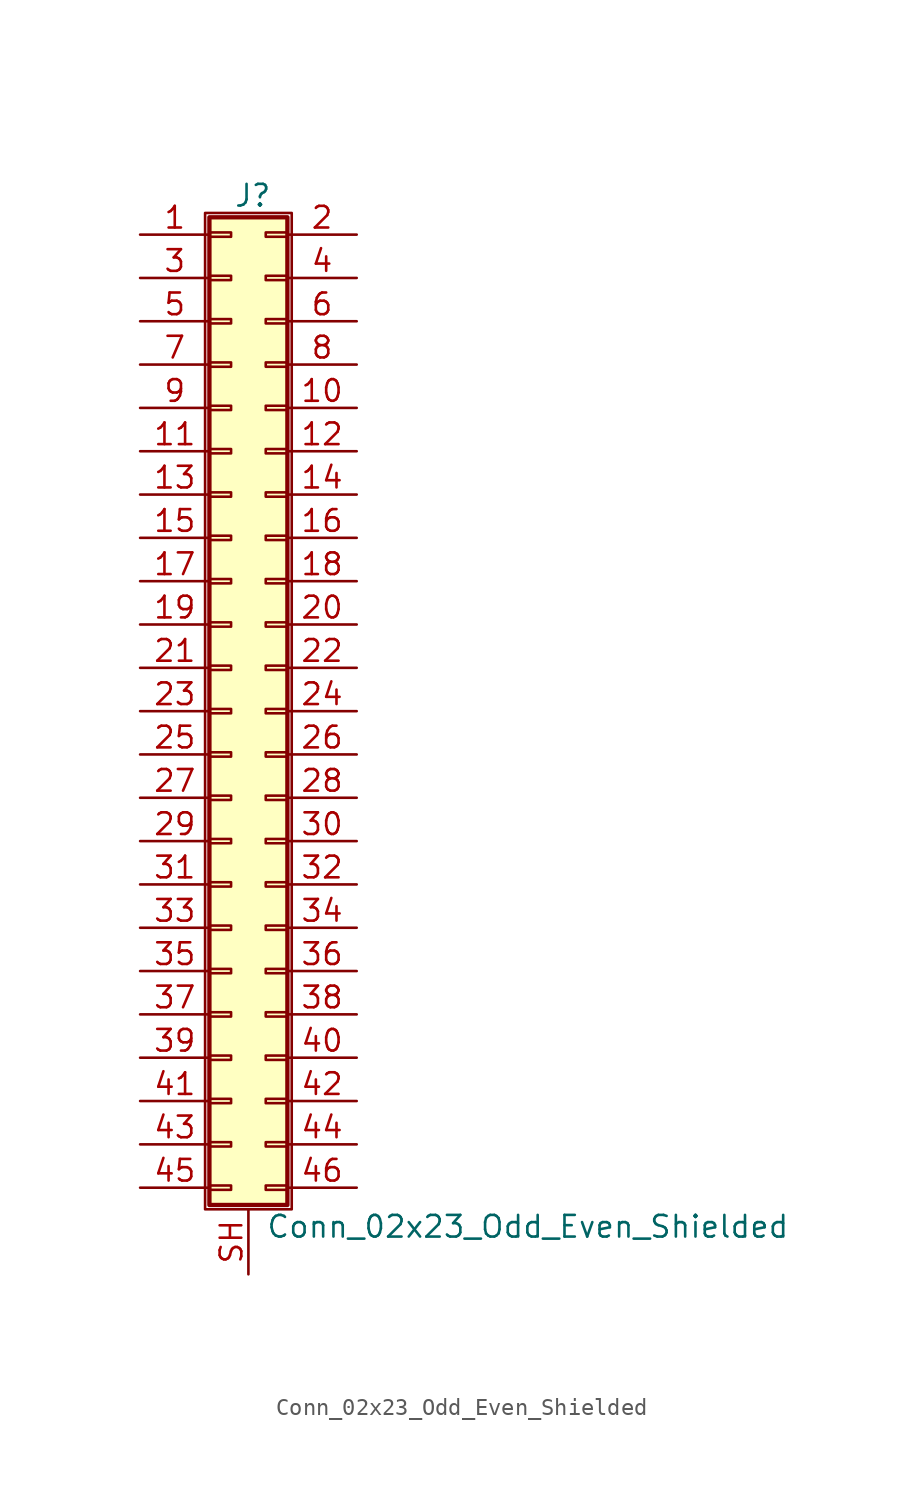
<source format=kicad_sym>
(kicad_symbol_lib
  (version 20211014)
  (generator kicad_symbol_editor)
  (symbol "Conn_02x23_Odd_Even_Shielded"
    (pin_names
      (offset 1.016) hide)
    (property "Reference" "J"
      (at 1.524 30.226 0)
      (effects (font (size 1.27 1.27))))
    (property "Value" "Conn_02x23_Odd_Even_Shielded"
      (at 2.286 -30.226 0)
      (effects (font (size 1.27 1.27)) (justify left)))
    (symbol "Conn_02x23_Odd_Even_Shielded_1_1"
      (rectangle (start -1.27 29.21) (end 3.81 -29.21) (stroke (width 0.152) (type default) (color 0 0 0 0)) (fill (type none)))
      (rectangle (start -1.016 -27.813) (end 0.254 -28.067) (stroke (width 0.152) (type default) (color 0 0 0 0)) (fill (type none)))
      (rectangle (start -1.016 -25.273) (end 0.254 -25.527) (stroke (width 0.152) (type default) (color 0 0 0 0)) (fill (type none)))
      (rectangle (start -1.016 -22.733) (end 0.254 -22.987) (stroke (width 0.152) (type default) (color 0 0 0 0)) (fill (type none)))
      (rectangle (start -1.016 -20.193) (end 0.254 -20.447) (stroke (width 0.152) (type default) (color 0 0 0 0)) (fill (type none)))
      (rectangle (start -1.016 -17.653) (end 0.254 -17.907) (stroke (width 0.152) (type default) (color 0 0 0 0)) (fill (type none)))
      (rectangle (start -1.016 -15.113) (end 0.254 -15.367) (stroke (width 0.152) (type default) (color 0 0 0 0)) (fill (type none)))
      (rectangle (start -1.016 -12.573) (end 0.254 -12.827) (stroke (width 0.152) (type default) (color 0 0 0 0)) (fill (type none)))
      (rectangle (start -1.016 -10.033) (end 0.254 -10.287) (stroke (width 0.152) (type default) (color 0 0 0 0)) (fill (type none)))
      (rectangle (start -1.016 -7.493) (end 0.254 -7.747) (stroke (width 0.152) (type default) (color 0 0 0 0)) (fill (type none)))
      (rectangle (start -1.016 -4.953) (end 0.254 -5.207) (stroke (width 0.152) (type default) (color 0 0 0 0)) (fill (type none)))
      (rectangle (start -1.016 -2.413) (end 0.254 -2.667) (stroke (width 0.152) (type default) (color 0 0 0 0)) (fill (type none)))
      (rectangle (start -1.016 0.127) (end 0.254 -0.127) (stroke (width 0.152) (type default) (color 0 0 0 0)) (fill (type none)))
      (rectangle (start -1.016 2.667) (end 0.254 2.413) (stroke (width 0.152) (type default) (color 0 0 0 0)) (fill (type none)))
      (rectangle (start -1.016 5.207) (end 0.254 4.953) (stroke (width 0.152) (type default) (color 0 0 0 0)) (fill (type none)))
      (rectangle (start -1.016 7.747) (end 0.254 7.493) (stroke (width 0.152) (type default) (color 0 0 0 0)) (fill (type none)))
      (rectangle (start -1.016 10.287) (end 0.254 10.033) (stroke (width 0.152) (type default) (color 0 0 0 0)) (fill (type none)))
      (rectangle (start -1.016 12.827) (end 0.254 12.573) (stroke (width 0.152) (type default) (color 0 0 0 0)) (fill (type none)))
      (rectangle (start -1.016 15.367) (end 0.254 15.113) (stroke (width 0.152) (type default) (color 0 0 0 0)) (fill (type none)))
      (rectangle (start -1.016 17.907) (end 0.254 17.653) (stroke (width 0.152) (type default) (color 0 0 0 0)) (fill (type none)))
      (rectangle (start -1.016 20.447) (end 0.254 20.193) (stroke (width 0.152) (type default) (color 0 0 0 0)) (fill (type none)))
      (rectangle (start -1.016 22.987) (end 0.254 22.733) (stroke (width 0.152) (type default) (color 0 0 0 0)) (fill (type none)))
      (rectangle (start -1.016 25.527) (end 0.254 25.273) (stroke (width 0.152) (type default) (color 0 0 0 0)) (fill (type none)))
      (rectangle (start -1.016 28.067) (end 0.254 27.813) (stroke (width 0.152) (type default) (color 0 0 0 0)) (fill (type none)))
      (rectangle (start -1.016 28.956) (end 3.556 -28.956) (stroke (width 0.254) (type default) (color 0 0 0 0)) (fill (type background)))
      (rectangle (start 3.556 -27.813) (end 2.286 -28.067) (stroke (width 0.152) (type default) (color 0 0 0 0)) (fill (type none)))
      (rectangle (start 3.556 -25.273) (end 2.286 -25.527) (stroke (width 0.152) (type default) (color 0 0 0 0)) (fill (type none)))
      (rectangle (start 3.556 -22.733) (end 2.286 -22.987) (stroke (width 0.152) (type default) (color 0 0 0 0)) (fill (type none)))
      (rectangle (start 3.556 -20.193) (end 2.286 -20.447) (stroke (width 0.152) (type default) (color 0 0 0 0)) (fill (type none)))
      (rectangle (start 3.556 -17.653) (end 2.286 -17.907) (stroke (width 0.152) (type default) (color 0 0 0 0)) (fill (type none)))
      (rectangle (start 3.556 -15.113) (end 2.286 -15.367) (stroke (width 0.152) (type default) (color 0 0 0 0)) (fill (type none)))
      (rectangle (start 3.556 -12.573) (end 2.286 -12.827) (stroke (width 0.152) (type default) (color 0 0 0 0)) (fill (type none)))
      (rectangle (start 3.556 -10.033) (end 2.286 -10.287) (stroke (width 0.152) (type default) (color 0 0 0 0)) (fill (type none)))
      (rectangle (start 3.556 -7.493) (end 2.286 -7.747) (stroke (width 0.152) (type default) (color 0 0 0 0)) (fill (type none)))
      (rectangle (start 3.556 -4.953) (end 2.286 -5.207) (stroke (width 0.152) (type default) (color 0 0 0 0)) (fill (type none)))
      (rectangle (start 3.556 -2.413) (end 2.286 -2.667) (stroke (width 0.152) (type default) (color 0 0 0 0)) (fill (type none)))
      (rectangle (start 3.556 0.127) (end 2.286 -0.127) (stroke (width 0.152) (type default) (color 0 0 0 0)) (fill (type none)))
      (rectangle (start 3.556 2.667) (end 2.286 2.413) (stroke (width 0.152) (type default) (color 0 0 0 0)) (fill (type none)))
      (rectangle (start 3.556 5.207) (end 2.286 4.953) (stroke (width 0.152) (type default) (color 0 0 0 0)) (fill (type none)))
      (rectangle (start 3.556 7.747) (end 2.286 7.493) (stroke (width 0.152) (type default) (color 0 0 0 0)) (fill (type none)))
      (rectangle (start 3.556 10.287) (end 2.286 10.033) (stroke (width 0.152) (type default) (color 0 0 0 0)) (fill (type none)))
      (rectangle (start 3.556 12.827) (end 2.286 12.573) (stroke (width 0.152) (type default) (color 0 0 0 0)) (fill (type none)))
      (rectangle (start 3.556 15.367) (end 2.286 15.113) (stroke (width 0.152) (type default) (color 0 0 0 0)) (fill (type none)))
      (rectangle (start 3.556 17.907) (end 2.286 17.653) (stroke (width 0.152) (type default) (color 0 0 0 0)) (fill (type none)))
      (rectangle (start 3.556 20.447) (end 2.286 20.193) (stroke (width 0.152) (type default) (color 0 0 0 0)) (fill (type none)))
      (rectangle (start 3.556 22.987) (end 2.286 22.733) (stroke (width 0.152) (type default) (color 0 0 0 0)) (fill (type none)))
      (rectangle (start 3.556 25.527) (end 2.286 25.273) (stroke (width 0.152) (type default) (color 0 0 0 0)) (fill (type none)))
      (rectangle (start 3.556 28.067) (end 2.286 27.813) (stroke (width 0.152) (type default) (color 0 0 0 0)) (fill (type none)))
      (pin passive line (at -5.08 27.94 0) (length 4.064) (name "Pin_1" (effects (font (size 1.27 1.27)))) (number "1" (effects (font (size 1.27 1.27)))))
      (pin passive line (at 7.62 17.78 180) (length 4.064) (name "Pin_10" (effects (font (size 1.27 1.27)))) (number "10" (effects (font (size 1.27 1.27)))))
      (pin passive line (at -5.08 15.24 0) (length 4.064) (name "Pin_11" (effects (font (size 1.27 1.27)))) (number "11" (effects (font (size 1.27 1.27)))))
      (pin passive line (at 7.62 15.24 180) (length 4.064) (name "Pin_12" (effects (font (size 1.27 1.27)))) (number "12" (effects (font (size 1.27 1.27)))))
      (pin passive line (at -5.08 12.7 0) (length 4.064) (name "Pin_13" (effects (font (size 1.27 1.27)))) (number "13" (effects (font (size 1.27 1.27)))))
      (pin passive line (at 7.62 12.7 180) (length 4.064) (name "Pin_14" (effects (font (size 1.27 1.27)))) (number "14" (effects (font (size 1.27 1.27)))))
      (pin passive line (at -5.08 10.16 0) (length 4.064) (name "Pin_15" (effects (font (size 1.27 1.27)))) (number "15" (effects (font (size 1.27 1.27)))))
      (pin passive line (at 7.62 10.16 180) (length 4.064) (name "Pin_16" (effects (font (size 1.27 1.27)))) (number "16" (effects (font (size 1.27 1.27)))))
      (pin passive line (at -5.08 7.62 0) (length 4.064) (name "Pin_17" (effects (font (size 1.27 1.27)))) (number "17" (effects (font (size 1.27 1.27)))))
      (pin passive line (at 7.62 7.62 180) (length 4.064) (name "Pin_18" (effects (font (size 1.27 1.27)))) (number "18" (effects (font (size 1.27 1.27)))))
      (pin passive line (at -5.08 5.08 0) (length 4.064) (name "Pin_19" (effects (font (size 1.27 1.27)))) (number "19" (effects (font (size 1.27 1.27)))))
      (pin passive line (at 7.62 27.94 180) (length 4.064) (name "Pin_2" (effects (font (size 1.27 1.27)))) (number "2" (effects (font (size 1.27 1.27)))))
      (pin passive line (at 7.62 5.08 180) (length 4.064) (name "Pin_20" (effects (font (size 1.27 1.27)))) (number "20" (effects (font (size 1.27 1.27)))))
      (pin passive line (at -5.08 2.54 0) (length 4.064) (name "Pin_21" (effects (font (size 1.27 1.27)))) (number "21" (effects (font (size 1.27 1.27)))))
      (pin passive line (at 7.62 2.54 180) (length 4.064) (name "Pin_22" (effects (font (size 1.27 1.27)))) (number "22" (effects (font (size 1.27 1.27)))))
      (pin passive line (at -5.08 0 0) (length 4.064) (name "Pin_23" (effects (font (size 1.27 1.27)))) (number "23" (effects (font (size 1.27 1.27)))))
      (pin passive line (at 7.62 0 180) (length 4.064) (name "Pin_24" (effects (font (size 1.27 1.27)))) (number "24" (effects (font (size 1.27 1.27)))))
      (pin passive line (at -5.08 -2.54 0) (length 4.064) (name "Pin_25" (effects (font (size 1.27 1.27)))) (number "25" (effects (font (size 1.27 1.27)))))
      (pin passive line (at 7.62 -2.54 180) (length 4.064) (name "Pin_26" (effects (font (size 1.27 1.27)))) (number "26" (effects (font (size 1.27 1.27)))))
      (pin passive line (at -5.08 -5.08 0) (length 4.064) (name "Pin_27" (effects (font (size 1.27 1.27)))) (number "27" (effects (font (size 1.27 1.27)))))
      (pin passive line (at 7.62 -5.08 180) (length 4.064) (name "Pin_28" (effects (font (size 1.27 1.27)))) (number "28" (effects (font (size 1.27 1.27)))))
      (pin passive line (at -5.08 -7.62 0) (length 4.064) (name "Pin_29" (effects (font (size 1.27 1.27)))) (number "29" (effects (font (size 1.27 1.27)))))
      (pin passive line (at -5.08 25.4 0) (length 4.064) (name "Pin_3" (effects (font (size 1.27 1.27)))) (number "3" (effects (font (size 1.27 1.27)))))
      (pin passive line (at 7.62 -7.62 180) (length 4.064) (name "Pin_30" (effects (font (size 1.27 1.27)))) (number "30" (effects (font (size 1.27 1.27)))))
      (pin passive line (at -5.08 -10.16 0) (length 4.064) (name "Pin_31" (effects (font (size 1.27 1.27)))) (number "31" (effects (font (size 1.27 1.27)))))
      (pin passive line (at 7.62 -10.16 180) (length 4.064) (name "Pin_32" (effects (font (size 1.27 1.27)))) (number "32" (effects (font (size 1.27 1.27)))))
      (pin passive line (at -5.08 -12.7 0) (length 4.064) (name "Pin_33" (effects (font (size 1.27 1.27)))) (number "33" (effects (font (size 1.27 1.27)))))
      (pin passive line (at 7.62 -12.7 180) (length 4.064) (name "Pin_34" (effects (font (size 1.27 1.27)))) (number "34" (effects (font (size 1.27 1.27)))))
      (pin passive line (at -5.08 -15.24 0) (length 4.064) (name "Pin_35" (effects (font (size 1.27 1.27)))) (number "35" (effects (font (size 1.27 1.27)))))
      (pin passive line (at 7.62 -15.24 180) (length 4.064) (name "Pin_36" (effects (font (size 1.27 1.27)))) (number "36" (effects (font (size 1.27 1.27)))))
      (pin passive line (at -5.08 -17.78 0) (length 4.064) (name "Pin_37" (effects (font (size 1.27 1.27)))) (number "37" (effects (font (size 1.27 1.27)))))
      (pin passive line (at 7.62 -17.78 180) (length 4.064) (name "Pin_38" (effects (font (size 1.27 1.27)))) (number "38" (effects (font (size 1.27 1.27)))))
      (pin passive line (at -5.08 -20.32 0) (length 4.064) (name "Pin_39" (effects (font (size 1.27 1.27)))) (number "39" (effects (font (size 1.27 1.27)))))
      (pin passive line (at 7.62 25.4 180) (length 4.064) (name "Pin_4" (effects (font (size 1.27 1.27)))) (number "4" (effects (font (size 1.27 1.27)))))
      (pin passive line (at 7.62 -20.32 180) (length 4.064) (name "Pin_40" (effects (font (size 1.27 1.27)))) (number "40" (effects (font (size 1.27 1.27)))))
      (pin passive line (at -5.08 -22.86 0) (length 4.064) (name "Pin_41" (effects (font (size 1.27 1.27)))) (number "41" (effects (font (size 1.27 1.27)))))
      (pin passive line (at 7.62 -22.86 180) (length 4.064) (name "Pin_42" (effects (font (size 1.27 1.27)))) (number "42" (effects (font (size 1.27 1.27)))))
      (pin passive line (at -5.08 -25.4 0) (length 4.064) (name "Pin_43" (effects (font (size 1.27 1.27)))) (number "43" (effects (font (size 1.27 1.27)))))
      (pin passive line (at 7.62 -25.4 180) (length 4.064) (name "Pin_44" (effects (font (size 1.27 1.27)))) (number "44" (effects (font (size 1.27 1.27)))))
      (pin passive line (at -5.08 -27.94 0) (length 4.064) (name "Pin_45" (effects (font (size 1.27 1.27)))) (number "45" (effects (font (size 1.27 1.27)))))
      (pin passive line (at 7.62 -27.94 180) (length 4.064) (name "Pin_46" (effects (font (size 1.27 1.27)))) (number "46" (effects (font (size 1.27 1.27)))))
      (pin passive line (at -5.08 22.86 0) (length 4.064) (name "Pin_5" (effects (font (size 1.27 1.27)))) (number "5" (effects (font (size 1.27 1.27)))))
      (pin passive line (at 7.62 22.86 180) (length 4.064) (name "Pin_6" (effects (font (size 1.27 1.27)))) (number "6" (effects (font (size 1.27 1.27)))))
      (pin passive line (at -5.08 20.32 0) (length 4.064) (name "Pin_7" (effects (font (size 1.27 1.27)))) (number "7" (effects (font (size 1.27 1.27)))))
      (pin passive line (at 7.62 20.32 180) (length 4.064) (name "Pin_8" (effects (font (size 1.27 1.27)))) (number "8" (effects (font (size 1.27 1.27)))))
      (pin passive line (at -5.08 17.78 0) (length 4.064) (name "Pin_9" (effects (font (size 1.27 1.27)))) (number "9" (effects (font (size 1.27 1.27)))))
      (pin passive line (at 1.27 -33.02 90) (length 3.81) (name "Shield" (effects (font (size 1.27 1.27)))) (number "SH" (effects (font (size 1.27 1.27))))))))
</source>
